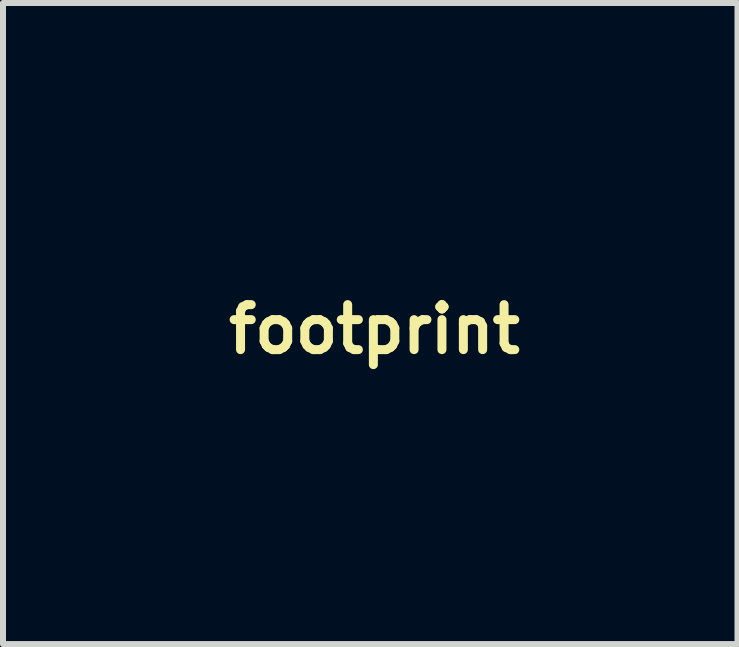
<source format=kicad_pcb>
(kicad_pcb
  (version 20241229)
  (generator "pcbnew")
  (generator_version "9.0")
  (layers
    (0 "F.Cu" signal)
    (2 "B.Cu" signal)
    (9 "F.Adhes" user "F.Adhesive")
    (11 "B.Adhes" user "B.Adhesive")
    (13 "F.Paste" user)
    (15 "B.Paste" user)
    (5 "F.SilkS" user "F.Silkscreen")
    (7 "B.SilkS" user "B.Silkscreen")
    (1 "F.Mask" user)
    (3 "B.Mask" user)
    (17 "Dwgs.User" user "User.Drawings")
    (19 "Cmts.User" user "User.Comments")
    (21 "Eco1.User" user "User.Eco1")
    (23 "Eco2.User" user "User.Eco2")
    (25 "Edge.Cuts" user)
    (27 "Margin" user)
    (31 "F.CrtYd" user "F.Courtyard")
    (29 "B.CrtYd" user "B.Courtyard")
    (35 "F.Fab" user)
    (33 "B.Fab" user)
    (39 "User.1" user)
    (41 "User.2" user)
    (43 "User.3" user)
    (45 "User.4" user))
  (footprint "footprint"
    (layer "F.Cu")
    (at 3.192 2.439)
    (property "Reference" "footprint" (at 0 0 0) (layer "F.SilkS") (effects (font (size 0.75 0.75) (thickness 0.15))))
    (attr board_only exclude_from_pos_files exclude_from_bom)
    (fp_poly (pts (xy 2.729 -2.436) (xy 2.773 -2.428) (xy 2.809 -2.416) (xy 2.844 -2.399) (xy 2.879 -2.375) (xy 2.916 -2.344) (xy 2.936 -2.324) (xy 2.972 -2.285) (xy 3.002 -2.246) (xy 3.025 -2.209) (xy 3.041 -2.173) (xy 3.05 -2.141) (xy 3.051 -2.126) (xy 3.05 -2.112) (xy 3.048 -2.091) (xy 3.044 -2.066) (xy 3.039 -2.039) (xy 3.039 -2.038) (xy 3.033 -2.008) (xy 3.026 -1.972) (xy 3.019 -1.935) (xy 3.012 -1.899) (xy 3.011 -1.889) (xy 3.004 -1.852) (xy 2.996 -1.811) (xy 2.988 -1.769) (xy 2.981 -1.732) (xy 2.98 -1.726) (xy 2.975 -1.701) (xy 2.969 -1.668) (xy 2.962 -1.629) (xy 2.954 -1.586) (xy 2.945 -1.54) (xy 2.937 -1.493) (xy 2.931 -1.464) (xy 2.923 -1.418) (xy 2.914 -1.37) (xy 2.905 -1.324) (xy 2.897 -1.28) (xy 2.89 -1.242) (xy 2.884 -1.21) (xy 2.881 -1.195) (xy 2.864 -1.107) (xy 2.873 -1.059) (xy 2.88 -1.019) (xy 2.888 -0.972) (xy 2.896 -0.917) (xy 2.904 -0.853) (xy 2.904 -0.852) (xy 2.906 -0.829) (xy 2.908 -0.797) (xy 2.909 -0.758) (xy 2.91 -0.715) (xy 2.911 -0.668) (xy 2.911 -0.62) (xy 2.911 -0.573) (xy 2.91 -0.527) (xy 2.909 -0.485) (xy 2.907 -0.449) (xy 2.906 -0.421) (xy 2.904 -0.408) (xy 2.885 -0.275) (xy 2.862 -0.149) (xy 2.835 -0.029) (xy 2.802 0.087) (xy 2.763 0.2) (xy 2.718 0.313) (xy 2.666 0.427) (xy 2.643 0.475) (xy 2.563 0.623) (xy 2.474 0.767) (xy 2.377 0.906) (xy 2.271 1.039) (xy 2.158 1.167) (xy 2.037 1.289) (xy 1.91 1.404) (xy 1.775 1.514) (xy 1.634 1.617) (xy 1.487 1.713) (xy 1.334 1.802) (xy 1.176 1.884) (xy 1.012 1.959) (xy 0.844 2.025) (xy 0.671 2.084) (xy 0.494 2.134) (xy 0.313 2.176) (xy 0.302 2.179) (xy 0.222 2.194) (xy 0.145 2.207) (xy 0.068 2.218) (xy -0.012 2.227) (xy -0.097 2.235) (xy -0.189 2.241) (xy -0.207 2.242) (xy -0.285 2.247) (xy -0.358 2.249) (xy -0.428 2.249) (xy -0.499 2.247) (xy -0.575 2.243) (xy -0.589 2.242) (xy -0.764 2.227) (xy -0.932 2.205) (xy -1.095 2.175) (xy -1.253 2.138) (xy -1.407 2.092) (xy -1.558 2.039) (xy -1.708 1.977) (xy -1.799 1.934) (xy -1.946 1.858) (xy -2.087 1.774) (xy -2.22 1.684) (xy -2.346 1.588) (xy -2.464 1.486) (xy -2.574 1.378) (xy -2.676 1.264) (xy -2.77 1.144) (xy -2.856 1.02) (xy -2.934 0.89) (xy -3.002 0.756) (xy -3.062 0.616) (xy -3.113 0.473) (xy -3.154 0.325) (xy -3.155 0.321) (xy -3.163 0.287) (xy -3.171 0.25) (xy -3.178 0.213) (xy -3.184 0.182) (xy -3.184 0.181) (xy -3.189 0.152) (xy -3.191 0.13) (xy -3.192 0.116) (xy -2.992 0.116) (xy -2.992 0.118) (xy -2.991 0.138) (xy -2.987 0.165) (xy -2.98 0.199) (xy -2.972 0.237) (xy -2.963 0.278) (xy -2.952 0.32) (xy -2.943 0.352) (xy -2.899 0.49) (xy -2.846 0.624) (xy -2.784 0.754) (xy -2.712 0.879) (xy -2.632 0.999) (xy -2.544 1.115) (xy -2.447 1.225) (xy -2.342 1.33) (xy -2.228 1.429) (xy -2.108 1.523) (xy -1.979 1.61) (xy -1.897 1.66) (xy -1.753 1.739) (xy -1.603 1.808) (xy -1.449 1.87) (xy -1.289 1.922) (xy -1.124 1.966) (xy -0.954 2.001) (xy -0.78 2.027) (xy -0.6 2.044) (xy -0.541 2.048) (xy -0.518 2.049) (xy -0.486 2.049) (xy -0.448 2.049) (xy -0.405 2.049) (xy -0.358 2.048) (xy -0.311 2.047) (xy -0.264 2.046) (xy -0.219 2.044) (xy -0.179 2.043) (xy -0.144 2.041) (xy -0.117 2.039) (xy -0.11 2.039) (xy 0.076 2.017) (xy 0.256 1.986) (xy 0.432 1.947) (xy 0.603 1.9) (xy 0.771 1.843) (xy 0.936 1.778) (xy 1.099 1.703) (xy 1.138 1.683) (xy 1.291 1.601) (xy 1.438 1.511) (xy 1.579 1.415) (xy 1.713 1.313) (xy 1.84 1.204) (xy 1.959 1.09) (xy 2.072 0.97) (xy 2.176 0.845) (xy 2.272 0.716) (xy 2.36 0.582) (xy 2.438 0.444) (xy 2.508 0.302) (xy 2.556 0.189) (xy 2.598 0.074) (xy 2.633 -0.039) (xy 2.662 -0.152) (xy 2.685 -0.27) (xy 2.703 -0.393) (xy 2.705 -0.411) (xy 2.707 -0.436) (xy 2.709 -0.469) (xy 2.71 -0.509) (xy 2.711 -0.554) (xy 2.712 -0.601) (xy 2.712 -0.65) (xy 2.711 -0.697) (xy 2.711 -0.742) (xy 2.709 -0.783) (xy 2.708 -0.817) (xy 2.705 -0.843) (xy 2.705 -0.844) (xy 2.693 -0.934) (xy 2.676 -1.026) (xy 2.656 -1.117) (xy 2.633 -1.205) (xy 2.609 -1.286) (xy 2.608 -1.288) (xy 2.596 -1.321) (xy 2.585 -1.345) (xy 2.574 -1.361) (xy 2.562 -1.371) (xy 2.548 -1.376) (xy 2.533 -1.378) (xy 2.507 -1.374) (xy 2.486 -1.364) (xy 2.473 -1.348) (xy 2.468 -1.337) (xy 2.462 -1.319) (xy 2.455 -1.298) (xy 2.452 -1.288) (xy 2.428 -1.213) (xy 2.404 -1.143) (xy 2.377 -1.074) (xy 2.347 -1.004) (xy 2.313 -0.93) (xy 2.291 -0.885) (xy 2.221 -0.752) (xy 2.146 -0.625) (xy 2.065 -0.503) (xy 1.978 -0.386) (xy 1.883 -0.272) (xy 1.779 -0.16) (xy 1.711 -0.092) (xy 1.576 0.033) (xy 1.435 0.15) (xy 1.288 0.259) (xy 1.134 0.36) (xy 0.975 0.453) (xy 0.81 0.538) (xy 0.64 0.614) (xy 0.465 0.681) (xy 0.285 0.74) (xy 0.101 0.79) (xy 0.01 0.811) (xy -0.096 0.832) (xy -0.197 0.85) (xy -0.295 0.864) (xy -0.394 0.875) (xy -0.494 0.883) (xy -0.599 0.888) (xy -0.711 0.89) (xy -0.748 0.89) (xy -0.807 0.89) (xy -0.859 0.889) (xy -0.905 0.888) (xy -0.946 0.887) (xy -0.984 0.885) (xy -1.022 0.882) (xy -1.062 0.879) (xy -1.105 0.874) (xy -1.154 0.868) (xy -1.185 0.865) (xy -1.359 0.838) (xy -1.53 0.803) (xy -1.697 0.758) (xy -1.859 0.705) (xy -2.017 0.643) (xy -2.171 0.573) (xy -2.319 0.494) (xy -2.461 0.407) (xy -2.597 0.313) (xy -2.728 0.21) (xy -2.848 0.103) (xy -2.87 0.083) (xy -2.885 0.069) (xy -2.896 0.06) (xy -2.905 0.054) (xy -2.913 0.052) (xy -2.922 0.051) (xy -2.929 0.051) (xy -2.946 0.052) (xy -2.959 0.057) (xy -2.972 0.067) (xy -2.974 0.069) (xy -2.984 0.079) (xy -2.99 0.088) (xy -2.992 0.099) (xy -2.992 0.116) (xy -3.192 0.116) (xy -3.192 0.113) (xy -3.192 0.097) (xy -3.189 0.08) (xy -3.189 0.075) (xy -3.177 0.026) (xy -3.156 -0.018) (xy -3.126 -0.058) (xy -3.113 -0.071) (xy -3.073 -0.104) (xy -3.031 -0.128) (xy -2.984 -0.142) (xy -2.933 -0.148) (xy -2.926 -0.148) (xy -2.892 -0.146) (xy -2.862 -0.141) (xy -2.833 -0.132) (xy -2.805 -0.118) (xy -2.775 -0.098) (xy -2.742 -0.072) (xy -2.704 -0.038) (xy -2.703 -0.037) (xy -2.582 0.071) (xy -2.454 0.17) (xy -2.321 0.261) (xy -2.182 0.343) (xy -2.038 0.417) (xy -1.888 0.482) (xy -1.732 0.539) (xy -1.571 0.588) (xy -1.406 0.628) (xy -1.234 0.659) (xy -1.084 0.678) (xy -0.998 0.686) (xy -0.905 0.691) (xy -0.807 0.693) (xy -0.707 0.693) (xy -0.607 0.691) (xy -0.509 0.685) (xy -0.417 0.678) (xy -0.383 0.674) (xy -0.2 0.648) (xy -0.019 0.612) (xy 0.159 0.568) (xy 0.333 0.515) (xy 0.504 0.452) (xy 0.67 0.382) (xy 0.831 0.303) (xy 0.987 0.216) (xy 1.138 0.121) (xy 1.282 0.018) (xy 1.35 -0.035) (xy 1.477 -0.143) (xy 1.596 -0.257) (xy 1.708 -0.375) (xy 1.812 -0.499) (xy 1.908 -0.627) (xy 1.995 -0.759) (xy 2.073 -0.895) (xy 2.142 -1.034) (xy 2.202 -1.175) (xy 2.25 -1.314) (xy 2.264 -1.356) (xy 2.275 -1.389) (xy 2.285 -1.415) (xy 2.294 -1.437) (xy 2.303 -1.454) (xy 2.312 -1.468) (xy 2.323 -1.482) (xy 2.329 -1.489) (xy 2.337 -1.499) (xy 2.343 -1.509) (xy 2.348 -1.522) (xy 2.352 -1.541) (xy 2.357 -1.567) (xy 2.358 -1.573) (xy 2.56 -1.573) (xy 2.589 -1.567) (xy 2.631 -1.553) (xy 2.672 -1.531) (xy 2.704 -1.506) (xy 2.732 -1.481) (xy 2.741 -1.525) (xy 2.744 -1.54) (xy 2.748 -1.563) (xy 2.754 -1.594) (xy 2.761 -1.63) (xy 2.769 -1.672) (xy 2.777 -1.716) (xy 2.786 -1.763) (xy 2.788 -1.778) (xy 2.797 -1.826) (xy 2.806 -1.874) (xy 2.815 -1.919) (xy 2.822 -1.961) (xy 2.829 -1.998) (xy 2.835 -2.028) (xy 2.839 -2.05) (xy 2.84 -2.053) (xy 2.852 -2.119) (xy 2.833 -2.143) (xy 2.803 -2.179) (xy 2.774 -2.207) (xy 2.75 -2.227) (xy 2.728 -2.237) (xy 2.728 -2.238) (xy 2.689 -2.244) (xy 2.649 -2.243) (xy 2.63 -2.239) (xy 2.608 -2.234) (xy 2.605 -2.174) (xy 2.604 -2.147) (xy 2.602 -2.113) (xy 2.6 -2.077) (xy 2.598 -2.042) (xy 2.597 -2.033) (xy 2.595 -2.002) (xy 2.593 -1.965) (xy 2.591 -1.923) (xy 2.589 -1.88) (xy 2.587 -1.839) (xy 2.587 -1.834) (xy 2.584 -1.784) (xy 2.581 -1.74) (xy 2.577 -1.7) (xy 2.573 -1.659) (xy 2.567 -1.616) (xy 2.563 -1.592) (xy 2.56 -1.573) (xy 2.358 -1.573) (xy 2.362 -1.595) (xy 2.368 -1.623) (xy 2.373 -1.648) (xy 2.375 -1.662) (xy 2.378 -1.679) (xy 2.381 -1.704) (xy 2.384 -1.734) (xy 2.386 -1.767) (xy 2.388 -1.792) (xy 2.39 -1.83) (xy 2.392 -1.873) (xy 2.395 -1.916) (xy 2.397 -1.954) (xy 2.398 -1.97) (xy 2.4 -2.002) (xy 2.402 -2.042) (xy 2.404 -2.085) (xy 2.406 -2.128) (xy 2.408 -2.163) (xy 2.411 -2.208) (xy 2.413 -2.244) (xy 2.416 -2.273) (xy 2.419 -2.295) (xy 2.423 -2.313) (xy 2.428 -2.326) (xy 2.433 -2.338) (xy 2.439 -2.346) (xy 2.464 -2.373) (xy 2.497 -2.395) (xy 2.537 -2.414) (xy 2.581 -2.427) (xy 2.629 -2.436) (xy 2.679 -2.439)) (stroke (width 0) (type solid)) (fill yes) (layer "F.Mask")))
  (gr_rect
    (start -3 -3)
    (end 9.244 7.687)
    (stroke (width 0.1) (type default))
    (fill no)
    (layer "Edge.Cuts")))
</source>
